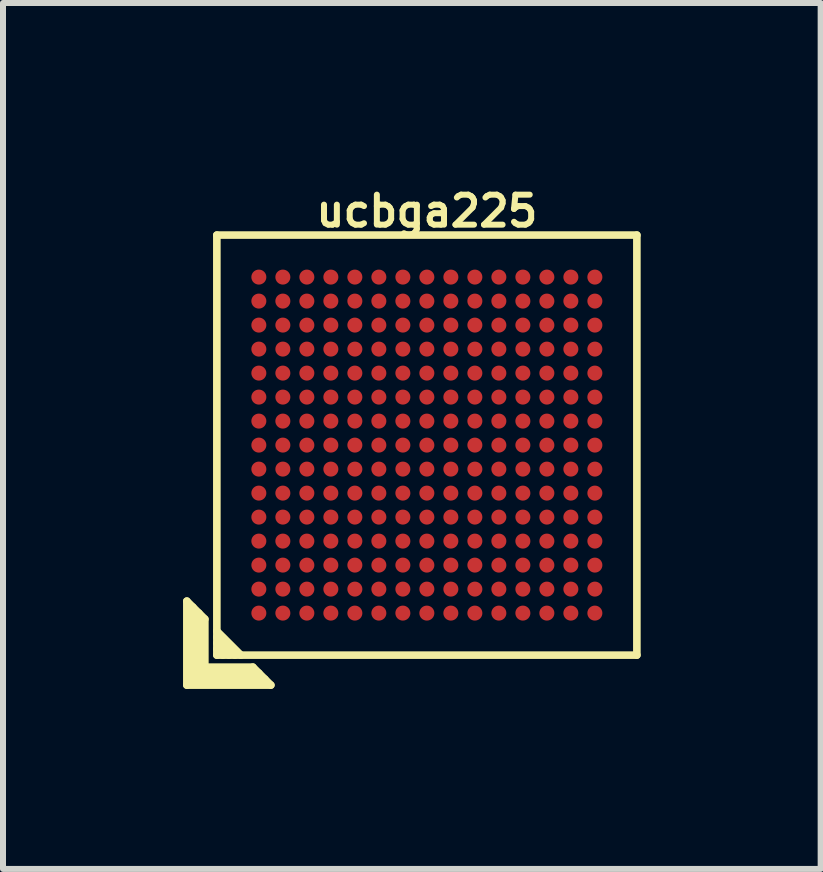
<source format=kicad_pcb>
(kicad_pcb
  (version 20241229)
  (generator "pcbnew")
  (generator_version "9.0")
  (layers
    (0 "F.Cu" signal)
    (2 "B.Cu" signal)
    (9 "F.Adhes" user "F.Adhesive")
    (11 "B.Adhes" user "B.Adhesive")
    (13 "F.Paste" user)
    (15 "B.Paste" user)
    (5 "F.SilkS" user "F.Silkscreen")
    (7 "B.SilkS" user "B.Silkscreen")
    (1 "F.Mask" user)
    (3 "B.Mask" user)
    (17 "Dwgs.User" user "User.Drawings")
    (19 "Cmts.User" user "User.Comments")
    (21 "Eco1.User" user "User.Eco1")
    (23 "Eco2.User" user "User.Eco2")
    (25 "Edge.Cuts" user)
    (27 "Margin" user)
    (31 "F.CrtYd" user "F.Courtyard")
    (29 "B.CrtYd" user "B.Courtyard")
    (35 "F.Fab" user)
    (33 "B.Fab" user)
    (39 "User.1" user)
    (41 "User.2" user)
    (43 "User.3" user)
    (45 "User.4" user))
  (footprint "ucbga225"
    (layer "F.Cu")
    (at 4.064 4.368)
    (property "Reference" "ucbga225" (at 0 -3.9 0) (layer "F.SilkS") (effects (font (size 0.5 0.5) (thickness 0.1))))
    (attr through_hole)
    (fp_line (start -4 2.6) (end -3.7 2.9) (stroke (width 0.127) (type solid)) (layer "F.SilkS"))
    (fp_line (start -4 4) (end -4 2.6) (stroke (width 0.127) (type solid)) (layer "F.SilkS"))
    (fp_line (start -3.9 3.9) (end -3.9 2.7) (stroke (width 0.127) (type solid)) (layer "F.SilkS"))
    (fp_line (start -3.8 2.8) (end -3.8 3.8) (stroke (width 0.127) (type solid)) (layer "F.SilkS"))
    (fp_line (start -3.8 3.8) (end -2.8 3.8) (stroke (width 0.127) (type solid)) (layer "F.SilkS"))
    (fp_line (start -3.7 2.9) (end -3.7 3.7) (stroke (width 0.127) (type solid)) (layer "F.SilkS"))
    (fp_line (start -3.7 3.7) (end -2.9 3.7) (stroke (width 0.127) (type solid)) (layer "F.SilkS"))
    (fp_line (start -3.5 -3.5) (end 3.5 -3.5) (stroke (width 0.127) (type solid)) (layer "F.SilkS"))
    (fp_line (start -3.5 3.1) (end -3.1 3.5) (stroke (width 0.127) (type solid)) (layer "F.SilkS"))
    (fp_line (start -3.5 3.2) (end -3.2 3.5) (stroke (width 0.127) (type solid)) (layer "F.SilkS"))
    (fp_line (start -3.5 3.5) (end -3.5 -3.5) (stroke (width 0.127) (type solid)) (layer "F.SilkS"))
    (fp_line (start -3.4 3.5) (end -3.5 3.4) (stroke (width 0.127) (type solid)) (layer "F.SilkS"))
    (fp_line (start -3.3 3.5) (end -3.5 3.3) (stroke (width 0.127) (type solid)) (layer "F.SilkS"))
    (fp_line (start -2.9 3.7) (end -2.6 4) (stroke (width 0.127) (type solid)) (layer "F.SilkS"))
    (fp_line (start -2.7 3.9) (end -3.9 3.9) (stroke (width 0.127) (type solid)) (layer "F.SilkS"))
    (fp_line (start -2.6 4) (end -4 4) (stroke (width 0.127) (type solid)) (layer "F.SilkS"))
    (fp_line (start 3.5 -3.5) (end 3.5 3.5) (stroke (width 0.127) (type solid)) (layer "F.SilkS"))
    (fp_line (start 3.5 3.5) (end -3.5 3.5) (stroke (width 0.127) (type solid)) (layer "F.SilkS"))
    (pad "A1" smd circle (at -2.8 2.8) (size 0.25 0.25) (layers "F.Cu" "F.Mask" "F.Paste"))
    (pad "A2" smd circle (at -2.8 2.4) (size 0.25 0.25) (layers "F.Cu" "F.Mask" "F.Paste"))
    (pad "A3" smd circle (at -2.8 2) (size 0.25 0.25) (layers "F.Cu" "F.Mask" "F.Paste"))
    (pad "A4" smd circle (at -2.8 1.6) (size 0.25 0.25) (layers "F.Cu" "F.Mask" "F.Paste"))
    (pad "A5" smd circle (at -2.8 1.2) (size 0.25 0.25) (layers "F.Cu" "F.Mask" "F.Paste"))
    (pad "A6" smd circle (at -2.8 0.8) (size 0.25 0.25) (layers "F.Cu" "F.Mask" "F.Paste"))
    (pad "A7" smd circle (at -2.8 0.4) (size 0.25 0.25) (layers "F.Cu" "F.Mask" "F.Paste"))
    (pad "A8" smd circle (at -2.8 0) (size 0.25 0.25) (layers "F.Cu" "F.Mask" "F.Paste"))
    (pad "A9" smd circle (at -2.8 -0.4) (size 0.25 0.25) (layers "F.Cu" "F.Mask" "F.Paste"))
    (pad "A10" smd circle (at -2.8 -0.8) (size 0.25 0.25) (layers "F.Cu" "F.Mask" "F.Paste"))
    (pad "A11" smd circle (at -2.8 -1.2) (size 0.25 0.25) (layers "F.Cu" "F.Mask" "F.Paste"))
    (pad "A12" smd circle (at -2.8 -1.6) (size 0.25 0.25) (layers "F.Cu" "F.Mask" "F.Paste"))
    (pad "A13" smd circle (at -2.8 -2) (size 0.25 0.25) (layers "F.Cu" "F.Mask" "F.Paste"))
    (pad "A14" smd circle (at -2.8 -2.4) (size 0.25 0.25) (layers "F.Cu" "F.Mask" "F.Paste"))
    (pad "A15" smd circle (at -2.8 -2.8) (size 0.25 0.25) (layers "F.Cu" "F.Mask" "F.Paste"))
    (pad "B1" smd circle (at -2.4 2.8) (size 0.25 0.25) (layers "F.Cu" "F.Mask" "F.Paste"))
    (pad "B2" smd circle (at -2.4 2.4) (size 0.25 0.25) (layers "F.Cu" "F.Mask" "F.Paste"))
    (pad "B3" smd circle (at -2.4 2) (size 0.25 0.25) (layers "F.Cu" "F.Mask" "F.Paste"))
    (pad "B4" smd circle (at -2.4 1.6) (size 0.25 0.25) (layers "F.Cu" "F.Mask" "F.Paste"))
    (pad "B5" smd circle (at -2.4 1.2) (size 0.25 0.25) (layers "F.Cu" "F.Mask" "F.Paste"))
    (pad "B6" smd circle (at -2.4 0.8) (size 0.25 0.25) (layers "F.Cu" "F.Mask" "F.Paste"))
    (pad "B7" smd circle (at -2.4 0.4) (size 0.25 0.25) (layers "F.Cu" "F.Mask" "F.Paste"))
    (pad "B8" smd circle (at -2.4 0) (size 0.25 0.25) (layers "F.Cu" "F.Mask" "F.Paste"))
    (pad "B9" smd circle (at -2.4 -0.4) (size 0.25 0.25) (layers "F.Cu" "F.Mask" "F.Paste"))
    (pad "B10" smd circle (at -2.4 -0.8) (size 0.25 0.25) (layers "F.Cu" "F.Mask" "F.Paste"))
    (pad "B11" smd circle (at -2.4 -1.2) (size 0.25 0.25) (layers "F.Cu" "F.Mask" "F.Paste"))
    (pad "B12" smd circle (at -2.4 -1.6) (size 0.25 0.25) (layers "F.Cu" "F.Mask" "F.Paste"))
    (pad "B13" smd circle (at -2.4 -2) (size 0.25 0.25) (layers "F.Cu" "F.Mask" "F.Paste"))
    (pad "B14" smd circle (at -2.4 -2.4) (size 0.25 0.25) (layers "F.Cu" "F.Mask" "F.Paste"))
    (pad "B15" smd circle (at -2.4 -2.8) (size 0.25 0.25) (layers "F.Cu" "F.Mask" "F.Paste"))
    (pad "C1" smd circle (at -2 2.8) (size 0.25 0.25) (layers "F.Cu" "F.Mask" "F.Paste"))
    (pad "C2" smd circle (at -2 2.4) (size 0.25 0.25) (layers "F.Cu" "F.Mask" "F.Paste"))
    (pad "C3" smd circle (at -2 2) (size 0.25 0.25) (layers "F.Cu" "F.Mask" "F.Paste"))
    (pad "C4" smd circle (at -2 1.6) (size 0.25 0.25) (layers "F.Cu" "F.Mask" "F.Paste"))
    (pad "C5" smd circle (at -2 1.2) (size 0.25 0.25) (layers "F.Cu" "F.Mask" "F.Paste"))
    (pad "C6" smd circle (at -2 0.8) (size 0.25 0.25) (layers "F.Cu" "F.Mask" "F.Paste"))
    (pad "C7" smd circle (at -2 0.4) (size 0.25 0.25) (layers "F.Cu" "F.Mask" "F.Paste"))
    (pad "C8" smd circle (at -2 0) (size 0.25 0.25) (layers "F.Cu" "F.Mask" "F.Paste"))
    (pad "C9" smd circle (at -2 -0.4) (size 0.25 0.25) (layers "F.Cu" "F.Mask" "F.Paste"))
    (pad "C10" smd circle (at -2 -0.8) (size 0.25 0.25) (layers "F.Cu" "F.Mask" "F.Paste"))
    (pad "C11" smd circle (at -2 -1.2) (size 0.25 0.25) (layers "F.Cu" "F.Mask" "F.Paste"))
    (pad "C12" smd circle (at -2 -1.6) (size 0.25 0.25) (layers "F.Cu" "F.Mask" "F.Paste"))
    (pad "C13" smd circle (at -2 -2) (size 0.25 0.25) (layers "F.Cu" "F.Mask" "F.Paste"))
    (pad "C14" smd circle (at -2 -2.4) (size 0.25 0.25) (layers "F.Cu" "F.Mask" "F.Paste"))
    (pad "C15" smd circle (at -2 -2.8) (size 0.25 0.25) (layers "F.Cu" "F.Mask" "F.Paste"))
    (pad "D1" smd circle (at -1.6 2.8) (size 0.25 0.25) (layers "F.Cu" "F.Mask" "F.Paste"))
    (pad "D2" smd circle (at -1.6 2.4) (size 0.25 0.25) (layers "F.Cu" "F.Mask" "F.Paste"))
    (pad "D3" smd circle (at -1.6 2) (size 0.25 0.25) (layers "F.Cu" "F.Mask" "F.Paste"))
    (pad "D4" smd circle (at -1.6 1.6) (size 0.25 0.25) (layers "F.Cu" "F.Mask" "F.Paste"))
    (pad "D5" smd circle (at -1.6 1.2) (size 0.25 0.25) (layers "F.Cu" "F.Mask" "F.Paste"))
    (pad "D6" smd circle (at -1.6 0.8) (size 0.25 0.25) (layers "F.Cu" "F.Mask" "F.Paste"))
    (pad "D7" smd circle (at -1.6 0.4) (size 0.25 0.25) (layers "F.Cu" "F.Mask" "F.Paste"))
    (pad "D8" smd circle (at -1.6 0) (size 0.25 0.25) (layers "F.Cu" "F.Mask" "F.Paste"))
    (pad "D9" smd circle (at -1.6 -0.4) (size 0.25 0.25) (layers "F.Cu" "F.Mask" "F.Paste"))
    (pad "D10" smd circle (at -1.6 -0.8) (size 0.25 0.25) (layers "F.Cu" "F.Mask" "F.Paste"))
    (pad "D11" smd circle (at -1.6 -1.2) (size 0.25 0.25) (layers "F.Cu" "F.Mask" "F.Paste"))
    (pad "D12" smd circle (at -1.6 -1.6) (size 0.25 0.25) (layers "F.Cu" "F.Mask" "F.Paste"))
    (pad "D13" smd circle (at -1.6 -2) (size 0.25 0.25) (layers "F.Cu" "F.Mask" "F.Paste"))
    (pad "D14" smd circle (at -1.6 -2.4) (size 0.25 0.25) (layers "F.Cu" "F.Mask" "F.Paste"))
    (pad "D15" smd circle (at -1.6 -2.8) (size 0.25 0.25) (layers "F.Cu" "F.Mask" "F.Paste"))
    (pad "E1" smd circle (at -1.2 2.8) (size 0.25 0.25) (layers "F.Cu" "F.Mask" "F.Paste"))
    (pad "E2" smd circle (at -1.2 2.4) (size 0.25 0.25) (layers "F.Cu" "F.Mask" "F.Paste"))
    (pad "E3" smd circle (at -1.2 2) (size 0.25 0.25) (layers "F.Cu" "F.Mask" "F.Paste"))
    (pad "E4" smd circle (at -1.2 1.6) (size 0.25 0.25) (layers "F.Cu" "F.Mask" "F.Paste"))
    (pad "E5" smd circle (at -1.2 1.2) (size 0.25 0.25) (layers "F.Cu" "F.Mask" "F.Paste"))
    (pad "E6" smd circle (at -1.2 0.8) (size 0.25 0.25) (layers "F.Cu" "F.Mask" "F.Paste"))
    (pad "E7" smd circle (at -1.2 0.4) (size 0.25 0.25) (layers "F.Cu" "F.Mask" "F.Paste"))
    (pad "E8" smd circle (at -1.2 0) (size 0.25 0.25) (layers "F.Cu" "F.Mask" "F.Paste"))
    (pad "E9" smd circle (at -1.2 -0.4) (size 0.25 0.25) (layers "F.Cu" "F.Mask" "F.Paste"))
    (pad "E10" smd circle (at -1.2 -0.8) (size 0.25 0.25) (layers "F.Cu" "F.Mask" "F.Paste"))
    (pad "E11" smd circle (at -1.2 -1.2) (size 0.25 0.25) (layers "F.Cu" "F.Mask" "F.Paste"))
    (pad "E12" smd circle (at -1.2 -1.6) (size 0.25 0.25) (layers "F.Cu" "F.Mask" "F.Paste"))
    (pad "E13" smd circle (at -1.2 -2) (size 0.25 0.25) (layers "F.Cu" "F.Mask" "F.Paste"))
    (pad "E14" smd circle (at -1.2 -2.4) (size 0.25 0.25) (layers "F.Cu" "F.Mask" "F.Paste"))
    (pad "E15" smd circle (at -1.2 -2.8) (size 0.25 0.25) (layers "F.Cu" "F.Mask" "F.Paste"))
    (pad "F1" smd circle (at -0.8 2.8) (size 0.25 0.25) (layers "F.Cu" "F.Mask" "F.Paste"))
    (pad "F2" smd circle (at -0.8 2.4) (size 0.25 0.25) (layers "F.Cu" "F.Mask" "F.Paste"))
    (pad "F3" smd circle (at -0.8 2) (size 0.25 0.25) (layers "F.Cu" "F.Mask" "F.Paste"))
    (pad "F4" smd circle (at -0.8 1.6) (size 0.25 0.25) (layers "F.Cu" "F.Mask" "F.Paste"))
    (pad "F5" smd circle (at -0.8 1.2) (size 0.25 0.25) (layers "F.Cu" "F.Mask" "F.Paste"))
    (pad "F6" smd circle (at -0.8 0.8) (size 0.25 0.25) (layers "F.Cu" "F.Mask" "F.Paste"))
    (pad "F7" smd circle (at -0.8 0.4) (size 0.25 0.25) (layers "F.Cu" "F.Mask" "F.Paste"))
    (pad "F8" smd circle (at -0.8 0) (size 0.25 0.25) (layers "F.Cu" "F.Mask" "F.Paste"))
    (pad "F9" smd circle (at -0.8 -0.4) (size 0.25 0.25) (layers "F.Cu" "F.Mask" "F.Paste"))
    (pad "F10" smd circle (at -0.8 -0.8) (size 0.25 0.25) (layers "F.Cu" "F.Mask" "F.Paste"))
    (pad "F11" smd circle (at -0.8 -1.2) (size 0.25 0.25) (layers "F.Cu" "F.Mask" "F.Paste"))
    (pad "F12" smd circle (at -0.8 -1.6) (size 0.25 0.25) (layers "F.Cu" "F.Mask" "F.Paste"))
    (pad "F13" smd circle (at -0.8 -2) (size 0.25 0.25) (layers "F.Cu" "F.Mask" "F.Paste"))
    (pad "F14" smd circle (at -0.8 -2.4) (size 0.25 0.25) (layers "F.Cu" "F.Mask" "F.Paste"))
    (pad "F15" smd circle (at -0.8 -2.8) (size 0.25 0.25) (layers "F.Cu" "F.Mask" "F.Paste"))
    (pad "G1" smd circle (at -0.4 2.8) (size 0.25 0.25) (layers "F.Cu" "F.Mask" "F.Paste"))
    (pad "G2" smd circle (at -0.4 2.4) (size 0.25 0.25) (layers "F.Cu" "F.Mask" "F.Paste"))
    (pad "G3" smd circle (at -0.4 2) (size 0.25 0.25) (layers "F.Cu" "F.Mask" "F.Paste"))
    (pad "G4" smd circle (at -0.4 1.6) (size 0.25 0.25) (layers "F.Cu" "F.Mask" "F.Paste"))
    (pad "G5" smd circle (at -0.4 1.2) (size 0.25 0.25) (layers "F.Cu" "F.Mask" "F.Paste"))
    (pad "G6" smd circle (at -0.4 0.8) (size 0.25 0.25) (layers "F.Cu" "F.Mask" "F.Paste"))
    (pad "G7" smd circle (at -0.4 0.4) (size 0.25 0.25) (layers "F.Cu" "F.Mask" "F.Paste"))
    (pad "G8" smd circle (at -0.4 0) (size 0.25 0.25) (layers "F.Cu" "F.Mask" "F.Paste"))
    (pad "G9" smd circle (at -0.4 -0.4) (size 0.25 0.25) (layers "F.Cu" "F.Mask" "F.Paste"))
    (pad "G10" smd circle (at -0.4 -0.8) (size 0.25 0.25) (layers "F.Cu" "F.Mask" "F.Paste"))
    (pad "G11" smd circle (at -0.4 -1.2) (size 0.25 0.25) (layers "F.Cu" "F.Mask" "F.Paste"))
    (pad "G12" smd circle (at -0.4 -1.6) (size 0.25 0.25) (layers "F.Cu" "F.Mask" "F.Paste"))
    (pad "G13" smd circle (at -0.4 -2) (size 0.25 0.25) (layers "F.Cu" "F.Mask" "F.Paste"))
    (pad "G14" smd circle (at -0.4 -2.4) (size 0.25 0.25) (layers "F.Cu" "F.Mask" "F.Paste"))
    (pad "G15" smd circle (at -0.4 -2.8) (size 0.25 0.25) (layers "F.Cu" "F.Mask" "F.Paste"))
    (pad "H1" smd circle (at 0 2.8) (size 0.25 0.25) (layers "F.Cu" "F.Mask" "F.Paste"))
    (pad "H2" smd circle (at 0 2.4) (size 0.25 0.25) (layers "F.Cu" "F.Mask" "F.Paste"))
    (pad "H3" smd circle (at 0 2) (size 0.25 0.25) (layers "F.Cu" "F.Mask" "F.Paste"))
    (pad "H4" smd circle (at 0 1.6) (size 0.25 0.25) (layers "F.Cu" "F.Mask" "F.Paste"))
    (pad "H5" smd circle (at 0 1.2) (size 0.25 0.25) (layers "F.Cu" "F.Mask" "F.Paste"))
    (pad "H6" smd circle (at 0 0.8) (size 0.25 0.25) (layers "F.Cu" "F.Mask" "F.Paste"))
    (pad "H7" smd circle (at 0 0.4) (size 0.25 0.25) (layers "F.Cu" "F.Mask" "F.Paste"))
    (pad "H8" smd circle (at 0 0) (size 0.25 0.25) (layers "F.Cu" "F.Mask" "F.Paste"))
    (pad "H9" smd circle (at 0 -0.4) (size 0.25 0.25) (layers "F.Cu" "F.Mask" "F.Paste"))
    (pad "H10" smd circle (at 0 -0.8) (size 0.25 0.25) (layers "F.Cu" "F.Mask" "F.Paste"))
    (pad "H11" smd circle (at 0 -1.2) (size 0.25 0.25) (layers "F.Cu" "F.Mask" "F.Paste"))
    (pad "H12" smd circle (at 0 -1.6) (size 0.25 0.25) (layers "F.Cu" "F.Mask" "F.Paste"))
    (pad "H13" smd circle (at 0 -2) (size 0.25 0.25) (layers "F.Cu" "F.Mask" "F.Paste"))
    (pad "H14" smd circle (at 0 -2.4) (size 0.25 0.25) (layers "F.Cu" "F.Mask" "F.Paste"))
    (pad "H15" smd circle (at 0 -2.8) (size 0.25 0.25) (layers "F.Cu" "F.Mask" "F.Paste"))
    (pad "J1" smd circle (at 0.4 2.8) (size 0.25 0.25) (layers "F.Cu" "F.Mask" "F.Paste"))
    (pad "J2" smd circle (at 0.4 2.4) (size 0.25 0.25) (layers "F.Cu" "F.Mask" "F.Paste"))
    (pad "J3" smd circle (at 0.4 2) (size 0.25 0.25) (layers "F.Cu" "F.Mask" "F.Paste"))
    (pad "J4" smd circle (at 0.4 1.6) (size 0.25 0.25) (layers "F.Cu" "F.Mask" "F.Paste"))
    (pad "J5" smd circle (at 0.4 1.2) (size 0.25 0.25) (layers "F.Cu" "F.Mask" "F.Paste"))
    (pad "J6" smd circle (at 0.4 0.8) (size 0.25 0.25) (layers "F.Cu" "F.Mask" "F.Paste"))
    (pad "J7" smd circle (at 0.4 0.4) (size 0.25 0.25) (layers "F.Cu" "F.Mask" "F.Paste"))
    (pad "J8" smd circle (at 0.4 0) (size 0.25 0.25) (layers "F.Cu" "F.Mask" "F.Paste"))
    (pad "J9" smd circle (at 0.4 -0.4) (size 0.25 0.25) (layers "F.Cu" "F.Mask" "F.Paste"))
    (pad "J10" smd circle (at 0.4 -0.8) (size 0.25 0.25) (layers "F.Cu" "F.Mask" "F.Paste"))
    (pad "J11" smd circle (at 0.4 -1.2) (size 0.25 0.25) (layers "F.Cu" "F.Mask" "F.Paste"))
    (pad "J12" smd circle (at 0.4 -1.6) (size 0.25 0.25) (layers "F.Cu" "F.Mask" "F.Paste"))
    (pad "J13" smd circle (at 0.4 -2) (size 0.25 0.25) (layers "F.Cu" "F.Mask" "F.Paste"))
    (pad "J14" smd circle (at 0.4 -2.4) (size 0.25 0.25) (layers "F.Cu" "F.Mask" "F.Paste"))
    (pad "J15" smd circle (at 0.4 -2.8) (size 0.25 0.25) (layers "F.Cu" "F.Mask" "F.Paste"))
    (pad "K1" smd circle (at 0.8 2.8) (size 0.25 0.25) (layers "F.Cu" "F.Mask" "F.Paste"))
    (pad "K2" smd circle (at 0.8 2.4) (size 0.25 0.25) (layers "F.Cu" "F.Mask" "F.Paste"))
    (pad "K3" smd circle (at 0.8 2) (size 0.25 0.25) (layers "F.Cu" "F.Mask" "F.Paste"))
    (pad "K4" smd circle (at 0.8 1.6) (size 0.25 0.25) (layers "F.Cu" "F.Mask" "F.Paste"))
    (pad "K5" smd circle (at 0.8 1.2) (size 0.25 0.25) (layers "F.Cu" "F.Mask" "F.Paste"))
    (pad "K6" smd circle (at 0.8 0.8) (size 0.25 0.25) (layers "F.Cu" "F.Mask" "F.Paste"))
    (pad "K7" smd circle (at 0.8 0.4) (size 0.25 0.25) (layers "F.Cu" "F.Mask" "F.Paste"))
    (pad "K8" smd circle (at 0.8 0) (size 0.25 0.25) (layers "F.Cu" "F.Mask" "F.Paste"))
    (pad "K9" smd circle (at 0.8 -0.4) (size 0.25 0.25) (layers "F.Cu" "F.Mask" "F.Paste"))
    (pad "K10" smd circle (at 0.8 -0.8) (size 0.25 0.25) (layers "F.Cu" "F.Mask" "F.Paste"))
    (pad "K11" smd circle (at 0.8 -1.2) (size 0.25 0.25) (layers "F.Cu" "F.Mask" "F.Paste"))
    (pad "K12" smd circle (at 0.8 -1.6) (size 0.25 0.25) (layers "F.Cu" "F.Mask" "F.Paste"))
    (pad "K13" smd circle (at 0.8 -2) (size 0.25 0.25) (layers "F.Cu" "F.Mask" "F.Paste"))
    (pad "K14" smd circle (at 0.8 -2.4) (size 0.25 0.25) (layers "F.Cu" "F.Mask" "F.Paste"))
    (pad "K15" smd circle (at 0.8 -2.8) (size 0.25 0.25) (layers "F.Cu" "F.Mask" "F.Paste"))
    (pad "L1" smd circle (at 1.2 2.8) (size 0.25 0.25) (layers "F.Cu" "F.Mask" "F.Paste"))
    (pad "L2" smd circle (at 1.2 2.4) (size 0.25 0.25) (layers "F.Cu" "F.Mask" "F.Paste"))
    (pad "L3" smd circle (at 1.2 2) (size 0.25 0.25) (layers "F.Cu" "F.Mask" "F.Paste"))
    (pad "L4" smd circle (at 1.2 1.6) (size 0.25 0.25) (layers "F.Cu" "F.Mask" "F.Paste"))
    (pad "L5" smd circle (at 1.2 1.2) (size 0.25 0.25) (layers "F.Cu" "F.Mask" "F.Paste"))
    (pad "L6" smd circle (at 1.2 0.8) (size 0.25 0.25) (layers "F.Cu" "F.Mask" "F.Paste"))
    (pad "L7" smd circle (at 1.2 0.4) (size 0.25 0.25) (layers "F.Cu" "F.Mask" "F.Paste"))
    (pad "L8" smd circle (at 1.2 0) (size 0.25 0.25) (layers "F.Cu" "F.Mask" "F.Paste"))
    (pad "L9" smd circle (at 1.2 -0.4) (size 0.25 0.25) (layers "F.Cu" "F.Mask" "F.Paste"))
    (pad "L10" smd circle (at 1.2 -0.8) (size 0.25 0.25) (layers "F.Cu" "F.Mask" "F.Paste"))
    (pad "L11" smd circle (at 1.2 -1.2) (size 0.25 0.25) (layers "F.Cu" "F.Mask" "F.Paste"))
    (pad "L12" smd circle (at 1.2 -1.6) (size 0.25 0.25) (layers "F.Cu" "F.Mask" "F.Paste"))
    (pad "L13" smd circle (at 1.2 -2) (size 0.25 0.25) (layers "F.Cu" "F.Mask" "F.Paste"))
    (pad "L14" smd circle (at 1.2 -2.4) (size 0.25 0.25) (layers "F.Cu" "F.Mask" "F.Paste"))
    (pad "L15" smd circle (at 1.2 -2.8) (size 0.25 0.25) (layers "F.Cu" "F.Mask" "F.Paste"))
    (pad "M1" smd circle (at 1.6 2.8) (size 0.25 0.25) (layers "F.Cu" "F.Mask" "F.Paste"))
    (pad "M2" smd circle (at 1.6 2.4) (size 0.25 0.25) (layers "F.Cu" "F.Mask" "F.Paste"))
    (pad "M3" smd circle (at 1.6 2) (size 0.25 0.25) (layers "F.Cu" "F.Mask" "F.Paste"))
    (pad "M4" smd circle (at 1.6 1.6) (size 0.25 0.25) (layers "F.Cu" "F.Mask" "F.Paste"))
    (pad "M5" smd circle (at 1.6 1.2) (size 0.25 0.25) (layers "F.Cu" "F.Mask" "F.Paste"))
    (pad "M6" smd circle (at 1.6 0.8) (size 0.25 0.25) (layers "F.Cu" "F.Mask" "F.Paste"))
    (pad "M7" smd circle (at 1.6 0.4) (size 0.25 0.25) (layers "F.Cu" "F.Mask" "F.Paste"))
    (pad "M8" smd circle (at 1.6 0) (size 0.25 0.25) (layers "F.Cu" "F.Mask" "F.Paste"))
    (pad "M9" smd circle (at 1.6 -0.4) (size 0.25 0.25) (layers "F.Cu" "F.Mask" "F.Paste"))
    (pad "M10" smd circle (at 1.6 -0.8) (size 0.25 0.25) (layers "F.Cu" "F.Mask" "F.Paste"))
    (pad "M11" smd circle (at 1.6 -1.2) (size 0.25 0.25) (layers "F.Cu" "F.Mask" "F.Paste"))
    (pad "M12" smd circle (at 1.6 -1.6) (size 0.25 0.25) (layers "F.Cu" "F.Mask" "F.Paste"))
    (pad "M13" smd circle (at 1.6 -2) (size 0.25 0.25) (layers "F.Cu" "F.Mask" "F.Paste"))
    (pad "M14" smd circle (at 1.6 -2.4) (size 0.25 0.25) (layers "F.Cu" "F.Mask" "F.Paste"))
    (pad "M15" smd circle (at 1.6 -2.8) (size 0.25 0.25) (layers "F.Cu" "F.Mask" "F.Paste"))
    (pad "N1" smd circle (at 2 2.8) (size 0.25 0.25) (layers "F.Cu" "F.Mask" "F.Paste"))
    (pad "N2" smd circle (at 2 2.4) (size 0.25 0.25) (layers "F.Cu" "F.Mask" "F.Paste"))
    (pad "N3" smd circle (at 2 2) (size 0.25 0.25) (layers "F.Cu" "F.Mask" "F.Paste"))
    (pad "N4" smd circle (at 2 1.6) (size 0.25 0.25) (layers "F.Cu" "F.Mask" "F.Paste"))
    (pad "N5" smd circle (at 2 1.2) (size 0.25 0.25) (layers "F.Cu" "F.Mask" "F.Paste"))
    (pad "N6" smd circle (at 2 0.8) (size 0.25 0.25) (layers "F.Cu" "F.Mask" "F.Paste"))
    (pad "N7" smd circle (at 2 0.4) (size 0.25 0.25) (layers "F.Cu" "F.Mask" "F.Paste"))
    (pad "N8" smd circle (at 2 0) (size 0.25 0.25) (layers "F.Cu" "F.Mask" "F.Paste"))
    (pad "N9" smd circle (at 2 -0.4) (size 0.25 0.25) (layers "F.Cu" "F.Mask" "F.Paste"))
    (pad "N10" smd circle (at 2 -0.8) (size 0.25 0.25) (layers "F.Cu" "F.Mask" "F.Paste"))
    (pad "N11" smd circle (at 2 -1.2) (size 0.25 0.25) (layers "F.Cu" "F.Mask" "F.Paste"))
    (pad "N12" smd circle (at 2 -1.6) (size 0.25 0.25) (layers "F.Cu" "F.Mask" "F.Paste"))
    (pad "N13" smd circle (at 2 -2) (size 0.25 0.25) (layers "F.Cu" "F.Mask" "F.Paste"))
    (pad "N14" smd circle (at 2 -2.4) (size 0.25 0.25) (layers "F.Cu" "F.Mask" "F.Paste"))
    (pad "N15" smd circle (at 2 -2.8) (size 0.25 0.25) (layers "F.Cu" "F.Mask" "F.Paste"))
    (pad "P1" smd circle (at 2.4 2.8) (size 0.25 0.25) (layers "F.Cu" "F.Mask" "F.Paste"))
    (pad "P2" smd circle (at 2.4 2.4) (size 0.25 0.25) (layers "F.Cu" "F.Mask" "F.Paste"))
    (pad "P3" smd circle (at 2.4 2) (size 0.25 0.25) (layers "F.Cu" "F.Mask" "F.Paste"))
    (pad "P4" smd circle (at 2.4 1.6) (size 0.25 0.25) (layers "F.Cu" "F.Mask" "F.Paste"))
    (pad "P5" smd circle (at 2.4 1.2) (size 0.25 0.25) (layers "F.Cu" "F.Mask" "F.Paste"))
    (pad "P6" smd circle (at 2.4 0.8) (size 0.25 0.25) (layers "F.Cu" "F.Mask" "F.Paste"))
    (pad "P7" smd circle (at 2.4 0.4) (size 0.25 0.25) (layers "F.Cu" "F.Mask" "F.Paste"))
    (pad "P8" smd circle (at 2.4 0) (size 0.25 0.25) (layers "F.Cu" "F.Mask" "F.Paste"))
    (pad "P9" smd circle (at 2.4 -0.4) (size 0.25 0.25) (layers "F.Cu" "F.Mask" "F.Paste"))
    (pad "P10" smd circle (at 2.4 -0.8) (size 0.25 0.25) (layers "F.Cu" "F.Mask" "F.Paste"))
    (pad "P11" smd circle (at 2.4 -1.2) (size 0.25 0.25) (layers "F.Cu" "F.Mask" "F.Paste"))
    (pad "P12" smd circle (at 2.4 -1.6) (size 0.25 0.25) (layers "F.Cu" "F.Mask" "F.Paste"))
    (pad "P13" smd circle (at 2.4 -2) (size 0.25 0.25) (layers "F.Cu" "F.Mask" "F.Paste"))
    (pad "P14" smd circle (at 2.4 -2.4) (size 0.25 0.25) (layers "F.Cu" "F.Mask" "F.Paste"))
    (pad "P15" smd circle (at 2.4 -2.8) (size 0.25 0.25) (layers "F.Cu" "F.Mask" "F.Paste"))
    (pad "R1" smd circle (at 2.8 2.8) (size 0.25 0.25) (layers "F.Cu" "F.Mask" "F.Paste"))
    (pad "R2" smd circle (at 2.8 2.4) (size 0.25 0.25) (layers "F.Cu" "F.Mask" "F.Paste"))
    (pad "R3" smd circle (at 2.8 2) (size 0.25 0.25) (layers "F.Cu" "F.Mask" "F.Paste"))
    (pad "R4" smd circle (at 2.8 1.6) (size 0.25 0.25) (layers "F.Cu" "F.Mask" "F.Paste"))
    (pad "R5" smd circle (at 2.8 1.2) (size 0.25 0.25) (layers "F.Cu" "F.Mask" "F.Paste"))
    (pad "R6" smd circle (at 2.8 0.8) (size 0.25 0.25) (layers "F.Cu" "F.Mask" "F.Paste"))
    (pad "R7" smd circle (at 2.8 0.4) (size 0.25 0.25) (layers "F.Cu" "F.Mask" "F.Paste"))
    (pad "R8" smd circle (at 2.8 0) (size 0.25 0.25) (layers "F.Cu" "F.Mask" "F.Paste"))
    (pad "R9" smd circle (at 2.8 -0.4) (size 0.25 0.25) (layers "F.Cu" "F.Mask" "F.Paste"))
    (pad "R10" smd circle (at 2.8 -0.8) (size 0.25 0.25) (layers "F.Cu" "F.Mask" "F.Paste"))
    (pad "R11" smd circle (at 2.8 -1.2) (size 0.25 0.25) (layers "F.Cu" "F.Mask" "F.Paste"))
    (pad "R12" smd circle (at 2.8 -1.6) (size 0.25 0.25) (layers "F.Cu" "F.Mask" "F.Paste"))
    (pad "R13" smd circle (at 2.8 -2) (size 0.25 0.25) (layers "F.Cu" "F.Mask" "F.Paste"))
    (pad "R14" smd circle (at 2.8 -2.4) (size 0.25 0.25) (layers "F.Cu" "F.Mask" "F.Paste"))
    (pad "R15" smd circle (at 2.8 -2.8) (size 0.25 0.25) (layers "F.Cu" "F.Mask" "F.Paste")))
  (gr_rect
    (start -3 -3)
    (end 10.627 11.431)
    (stroke (width 0.1) (type default))
    (fill no)
    (layer "Edge.Cuts")))
</source>
